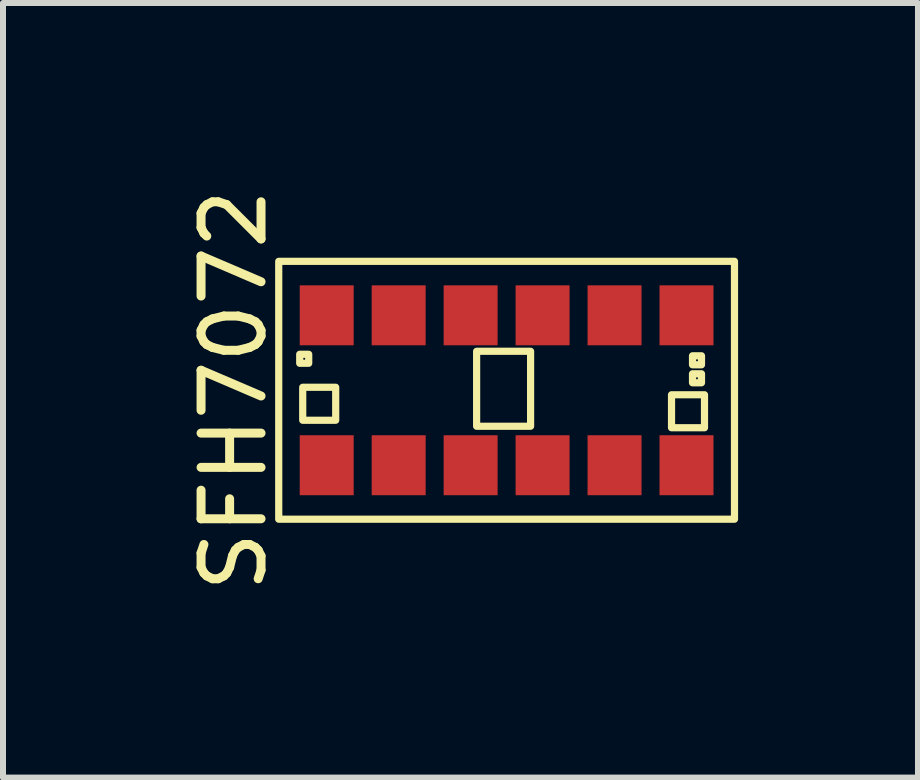
<source format=kicad_pcb>
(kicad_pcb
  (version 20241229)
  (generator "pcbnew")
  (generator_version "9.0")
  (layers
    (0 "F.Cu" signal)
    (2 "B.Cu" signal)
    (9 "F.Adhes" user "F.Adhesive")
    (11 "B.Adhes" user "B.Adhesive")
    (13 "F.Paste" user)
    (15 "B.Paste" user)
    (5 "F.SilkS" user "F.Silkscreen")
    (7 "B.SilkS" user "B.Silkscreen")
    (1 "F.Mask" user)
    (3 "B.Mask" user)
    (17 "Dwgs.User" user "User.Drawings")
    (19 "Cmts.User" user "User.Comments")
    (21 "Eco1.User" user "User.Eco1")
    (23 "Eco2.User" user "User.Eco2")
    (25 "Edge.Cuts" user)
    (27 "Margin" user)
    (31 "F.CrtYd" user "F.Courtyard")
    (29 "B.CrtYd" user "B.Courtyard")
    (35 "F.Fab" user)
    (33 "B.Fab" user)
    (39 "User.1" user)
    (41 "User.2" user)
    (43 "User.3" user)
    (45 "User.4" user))
  (footprint "SFH7072"
    (layer "F.Cu")
    (at 5.398 3.458)
    (property "Reference" "SFH7072" (at -4.55 0 90) (unlocked yes) (layer "F.SilkS") (effects (font (size 1 1) (thickness 0.15))))
    (attr smd)
    (fp_rect (start -3.8 -2.15) (end 3.8 2.15) (stroke (width 0.12) (type solid)) (fill no) (layer "F.SilkS"))
    (fp_rect (start -3.45 -0.6) (end -3.3 -0.45) (stroke (width 0.12) (type solid)) (fill no) (layer "F.SilkS"))
    (fp_rect (start -3.4 -0.05) (end -2.85 0.5) (stroke (width 0.12) (type solid)) (fill no) (layer "F.SilkS"))
    (fp_rect (start -0.5 -0.65) (end 0.4 0.6) (stroke (width 0.12) (type solid)) (fill no) (layer "F.SilkS"))
    (fp_rect (start 2.75 0.075) (end 3.3 0.625) (stroke (width 0.12) (type solid)) (fill no) (layer "F.SilkS"))
    (fp_rect (start 3.1 -0.575) (end 3.25 -0.425) (stroke (width 0.12) (type solid)) (fill no) (layer "F.SilkS"))
    (fp_rect (start 3.1 -0.275) (end 3.25 -0.125) (stroke (width 0.12) (type solid)) (fill no) (layer "F.SilkS"))
    (pad "1" smd rect (at -3 1.25) (size 0.9 1) (layers "F.Cu" "F.Mask" "F.Paste"))
    (pad "2" smd rect (at -1.8 1.25) (size 0.9 1) (layers "F.Cu" "F.Mask" "F.Paste"))
    (pad "3" smd rect (at -0.6 1.25) (size 0.9 1) (layers "F.Cu" "F.Mask" "F.Paste"))
    (pad "4" smd rect (at 0.6 1.25) (size 0.9 1) (layers "F.Cu" "F.Mask" "F.Paste"))
    (pad "5" smd rect (at 1.8 1.25) (size 0.9 1) (layers "F.Cu" "F.Mask" "F.Paste"))
    (pad "6" smd rect (at 3 1.25) (size 0.9 1) (layers "F.Cu" "F.Mask" "F.Paste"))
    (pad "7" smd rect (at 3 -1.25) (size 0.9 1) (layers "F.Cu" "F.Mask" "F.Paste"))
    (pad "8" smd rect (at 1.8 -1.25) (size 0.9 1) (layers "F.Cu" "F.Mask" "F.Paste"))
    (pad "9" smd rect (at 0.6 -1.25) (size 0.9 1) (layers "F.Cu" "F.Mask" "F.Paste"))
    (pad "10" smd rect (at -0.6 -1.25) (size 0.9 1) (layers "F.Cu" "F.Mask" "F.Paste"))
    (pad "11" smd rect (at -1.8 -1.25) (size 0.9 1) (layers "F.Cu" "F.Mask" "F.Paste"))
    (pad "12" smd rect (at -3 -1.25) (size 0.9 1) (layers "F.Cu" "F.Mask" "F.Paste")))
  (gr_rect
    (start -3 -3)
    (end 12.258 9.917)
    (stroke (width 0.1) (type default))
    (fill no)
    (layer "Edge.Cuts")))
</source>
